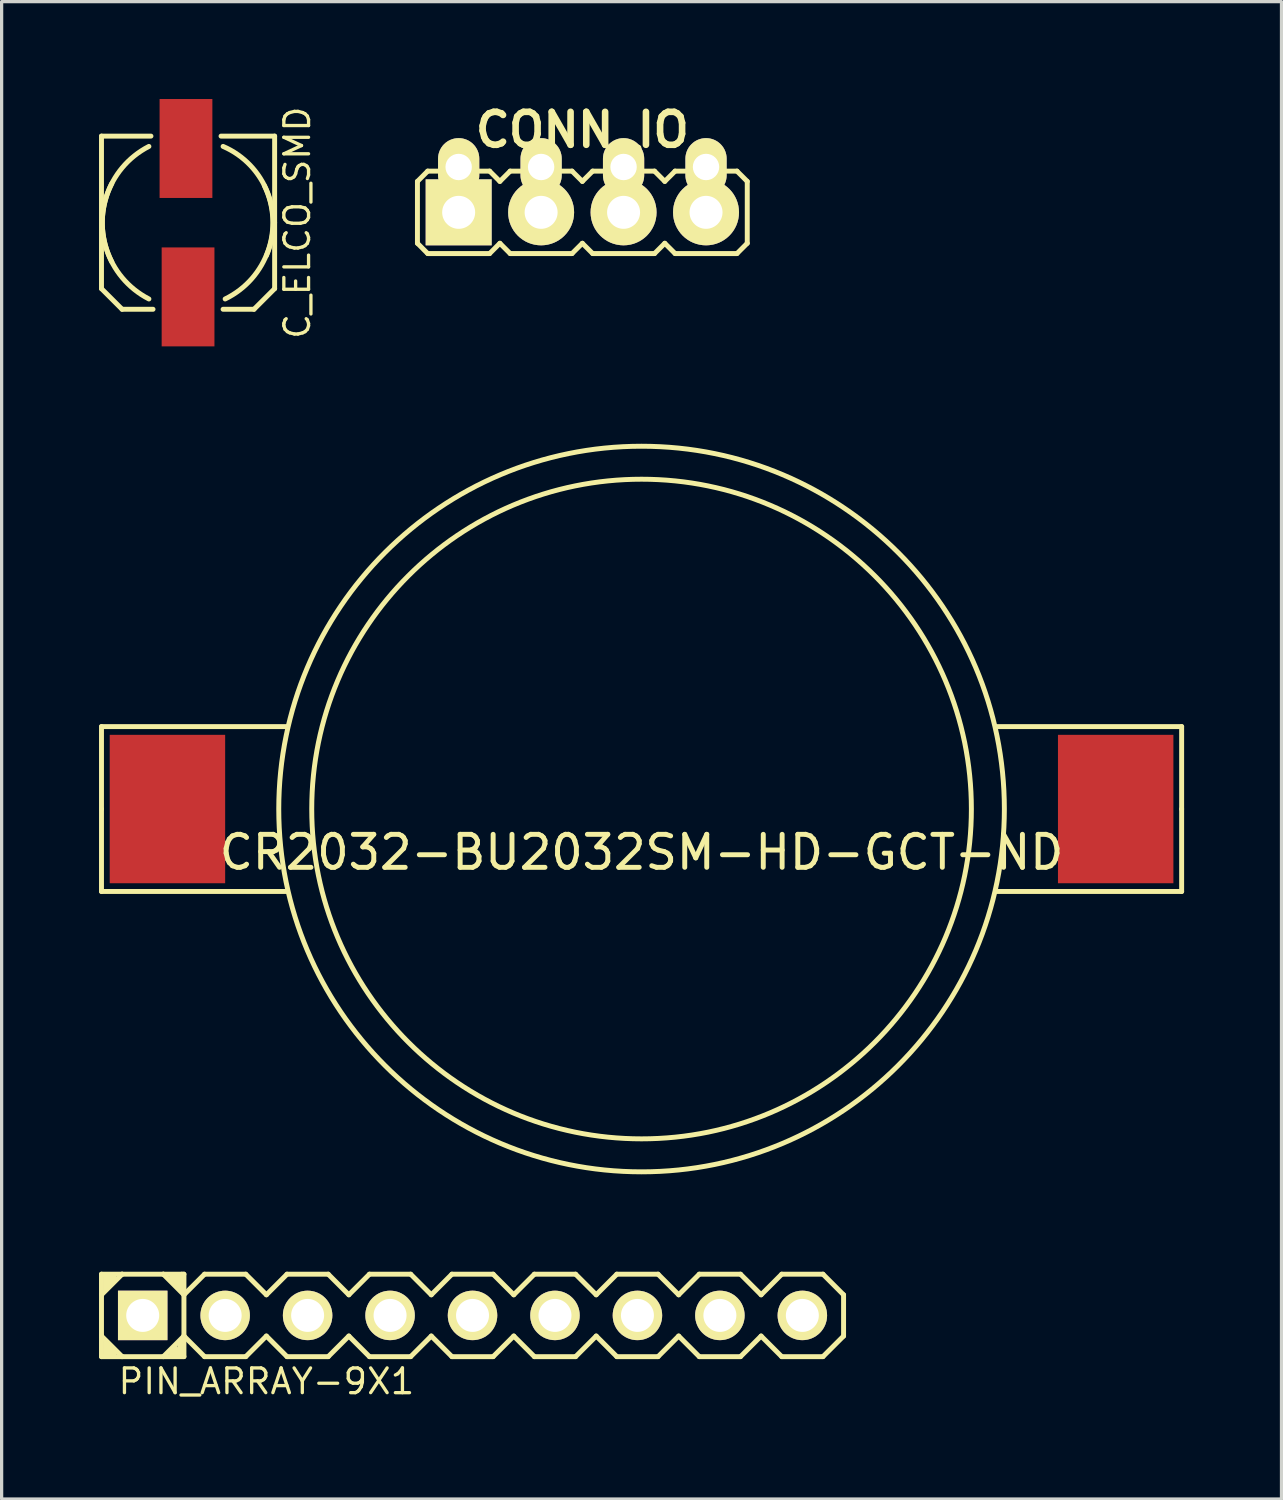
<source format=kicad_pcb>
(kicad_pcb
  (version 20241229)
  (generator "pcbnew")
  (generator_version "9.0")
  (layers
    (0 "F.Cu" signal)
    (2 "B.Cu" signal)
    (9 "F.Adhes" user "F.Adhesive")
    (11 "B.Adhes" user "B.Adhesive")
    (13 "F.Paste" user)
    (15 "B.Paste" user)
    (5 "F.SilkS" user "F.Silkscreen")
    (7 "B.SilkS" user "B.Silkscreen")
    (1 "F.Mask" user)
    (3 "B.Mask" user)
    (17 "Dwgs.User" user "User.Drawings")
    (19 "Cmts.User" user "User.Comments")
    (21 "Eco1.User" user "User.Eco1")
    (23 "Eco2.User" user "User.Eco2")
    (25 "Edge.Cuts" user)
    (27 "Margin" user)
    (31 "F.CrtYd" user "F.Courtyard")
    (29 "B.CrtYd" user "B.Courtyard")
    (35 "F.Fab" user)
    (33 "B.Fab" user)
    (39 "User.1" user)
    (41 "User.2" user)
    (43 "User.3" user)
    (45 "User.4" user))
  (footprint "CR2032-BU2032SM-HD-GCT-ND"
    (layer "F.Cu")
    (at 16.713 21.872)
    (property "Reference" "CR2032-BU2032SM-HD-GCT-ND" (at 0 1.333 0) (layer "F.SilkS") (effects (font (size 1.016 1.016) (thickness 0.152))))
    (attr smd)
    (fp_line (start -16.637 -2.54) (end -10.922 -2.54) (stroke (width 0.152) (type solid)) (layer "F.SilkS"))
    (fp_line (start -16.637 0) (end -16.637 -2.54) (stroke (width 0.152) (type solid)) (layer "F.SilkS"))
    (fp_line (start -16.637 0) (end -16.637 2.54) (stroke (width 0.152) (type solid)) (layer "F.SilkS"))
    (fp_line (start -16.637 2.54) (end -10.922 2.54) (stroke (width 0.152) (type solid)) (layer "F.SilkS"))
    (fp_line (start 16.637 -2.54) (end 10.922 -2.54) (stroke (width 0.152) (type solid)) (layer "F.SilkS"))
    (fp_line (start 16.637 0) (end 16.637 -2.54) (stroke (width 0.152) (type solid)) (layer "F.SilkS"))
    (fp_line (start 16.637 0) (end 16.637 2.54) (stroke (width 0.152) (type solid)) (layer "F.SilkS"))
    (fp_line (start 16.637 2.54) (end 10.922 2.54) (stroke (width 0.152) (type solid)) (layer "F.SilkS"))
    (fp_circle (center 0 0) (end -11.176 0) (stroke (width 0.152) (type solid)) (fill no) (layer "F.SilkS"))
    (fp_circle (center 0 0) (end -10.16 0) (stroke (width 0.152) (type solid)) (fill no) (layer "F.SilkS"))
    (pad "+" smd rect (at -14.605 0) (size 3.556 4.572) (layers "F.Cu" "F.Mask" "F.Paste"))
    (pad "-" smd rect (at 14.605 0) (size 3.556 4.572) (layers "F.Cu" "F.Mask" "F.Paste")))
  (footprint "CONN_IO"
    (layer "F.Cu")
    (at 14.889 3.491)
    (property "Reference" "CONN_IO" (at 0 -2.54 0) (layer "F.SilkS") (effects (font (size 1.016 1.016) (thickness 0.203))))
    (attr through_hole)
    (fp_line (start -5.08 -0.953) (end -5.08 0.953) (stroke (width 0.152) (type solid)) (layer "F.SilkS"))
    (fp_line (start -5.08 0.953) (end -4.763 1.27) (stroke (width 0.152) (type solid)) (layer "F.SilkS"))
    (fp_line (start -4.763 -1.27) (end -5.08 -0.953) (stroke (width 0.152) (type solid)) (layer "F.SilkS"))
    (fp_line (start -4.763 -1.27) (end -4.445 -1.27) (stroke (width 0.152) (type solid)) (layer "F.SilkS"))
    (fp_line (start -2.857 -1.27) (end -3.175 -1.27) (stroke (width 0.152) (type solid)) (layer "F.SilkS"))
    (fp_line (start -2.857 1.27) (end -4.763 1.27) (stroke (width 0.152) (type solid)) (layer "F.SilkS"))
    (fp_line (start -2.857 1.27) (end -2.54 0.953) (stroke (width 0.152) (type solid)) (layer "F.SilkS"))
    (fp_line (start -2.54 -0.953) (end -2.857 -1.27) (stroke (width 0.152) (type solid)) (layer "F.SilkS"))
    (fp_line (start -2.54 0.953) (end -2.223 1.27) (stroke (width 0.152) (type solid)) (layer "F.SilkS"))
    (fp_line (start -2.223 -1.27) (end -2.54 -0.953) (stroke (width 0.152) (type solid)) (layer "F.SilkS"))
    (fp_line (start -2.223 -1.27) (end -1.905 -1.27) (stroke (width 0.152) (type solid)) (layer "F.SilkS"))
    (fp_line (start -0.318 -1.27) (end -0.635 -1.27) (stroke (width 0.152) (type solid)) (layer "F.SilkS"))
    (fp_line (start -0.318 1.27) (end -2.223 1.27) (stroke (width 0.152) (type solid)) (layer "F.SilkS"))
    (fp_line (start -0.318 1.27) (end 0 0.953) (stroke (width 0.152) (type solid)) (layer "F.SilkS"))
    (fp_line (start 0 -0.953) (end -0.318 -1.27) (stroke (width 0.152) (type solid)) (layer "F.SilkS"))
    (fp_line (start 0 0.953) (end 0.318 1.27) (stroke (width 0.152) (type solid)) (layer "F.SilkS"))
    (fp_line (start 0.318 -1.27) (end 0 -0.953) (stroke (width 0.152) (type solid)) (layer "F.SilkS"))
    (fp_line (start 0.318 -1.27) (end 0.635 -1.27) (stroke (width 0.152) (type solid)) (layer "F.SilkS"))
    (fp_line (start 2.223 -1.27) (end 1.905 -1.27) (stroke (width 0.152) (type solid)) (layer "F.SilkS"))
    (fp_line (start 2.223 1.27) (end 0.318 1.27) (stroke (width 0.152) (type solid)) (layer "F.SilkS"))
    (fp_line (start 2.223 1.27) (end 2.54 0.953) (stroke (width 0.152) (type solid)) (layer "F.SilkS"))
    (fp_line (start 2.54 -0.953) (end 2.223 -1.27) (stroke (width 0.152) (type solid)) (layer "F.SilkS"))
    (fp_line (start 2.54 0.953) (end 2.857 1.27) (stroke (width 0.152) (type solid)) (layer "F.SilkS"))
    (fp_line (start 2.857 -1.27) (end 2.54 -0.953) (stroke (width 0.152) (type solid)) (layer "F.SilkS"))
    (fp_line (start 2.857 -1.27) (end 3.175 -1.27) (stroke (width 0.152) (type solid)) (layer "F.SilkS"))
    (fp_line (start 4.763 -1.27) (end 4.445 -1.27) (stroke (width 0.152) (type solid)) (layer "F.SilkS"))
    (fp_line (start 4.763 1.27) (end 2.857 1.27) (stroke (width 0.152) (type solid)) (layer "F.SilkS"))
    (fp_line (start 4.763 1.27) (end 5.08 0.953) (stroke (width 0.152) (type solid)) (layer "F.SilkS"))
    (fp_line (start 5.08 -0.953) (end 4.763 -1.27) (stroke (width 0.152) (type solid)) (layer "F.SilkS"))
    (fp_line (start 5.08 -0.953) (end 5.08 0.953) (stroke (width 0.152) (type solid)) (layer "F.SilkS"))
    (pad "1" thru_hole oval (at -3.81 -1.397) (size 1.27 1.778) (drill 0.813) (layers "*.Cu" "*.Mask" "F.SilkS"))
    (pad "1" thru_hole rect (at -3.81 0) (size 2.032 2.032) (drill 1.016) (layers "*.Cu" "*.Mask" "F.SilkS"))
    (pad "2" thru_hole oval (at -1.27 -1.397) (size 1.27 1.778) (drill 0.813) (layers "*.Cu" "*.Mask" "F.SilkS"))
    (pad "2" thru_hole circle (at -1.27 0) (size 2.032 2.032) (drill 1.016) (layers "*.Cu" "*.Mask" "F.SilkS"))
    (pad "3" thru_hole oval (at 1.27 -1.397) (size 1.27 1.778) (drill 0.813) (layers "*.Cu" "*.Mask" "F.SilkS"))
    (pad "3" thru_hole circle (at 1.27 0) (size 2.032 2.032) (drill 1.016) (layers "*.Cu" "*.Mask" "F.SilkS"))
    (pad "4" thru_hole oval (at 3.81 -1.397) (size 1.27 1.778) (drill 0.813) (layers "*.Cu" "*.Mask" "F.SilkS"))
    (pad "4" thru_hole circle (at 3.81 0) (size 2.032 2.032) (drill 1.016) (layers "*.Cu" "*.Mask" "F.SilkS")))
  (footprint "C_ELCO_SMD"
    (layer "F.Cu")
    (at 2.743 3.81)
    (property "Reference" "C_ELCO_SMD" (at 3.365 0 90) (layer "F.SilkS") (effects (font (size 0.762 0.762) (thickness 0.102))))
    (attr smd)
    (fp_line (start -2.667 -2.667) (end -1.143 -2.667) (stroke (width 0.152) (type solid)) (layer "F.SilkS"))
    (fp_line (start -2.667 2.032) (end -2.667 -2.667) (stroke (width 0.152) (type solid)) (layer "F.SilkS"))
    (fp_line (start -2.032 2.667) (end -2.667 2.032) (stroke (width 0.152) (type solid)) (layer "F.SilkS"))
    (fp_line (start -2.032 2.667) (end -1.079 2.667) (stroke (width 0.152) (type solid)) (layer "F.SilkS"))
    (fp_line (start 2.032 2.667) (end 1.079 2.667) (stroke (width 0.152) (type solid)) (layer "F.SilkS"))
    (fp_line (start 2.032 2.667) (end 2.667 2.032) (stroke (width 0.152) (type solid)) (layer "F.SilkS"))
    (fp_line (start 2.667 -2.667) (end 1.016 -2.667) (stroke (width 0.152) (type solid)) (layer "F.SilkS"))
    (fp_line (start 2.667 -2.667) (end 2.667 0) (stroke (width 0.152) (type solid)) (layer "F.SilkS"))
    (fp_line (start 2.667 2.032) (end 2.667 0) (stroke (width 0.152) (type solid)) (layer "F.SilkS"))
    (fp_arc (start -2.3495 1.2065) (mid -2.514472 -0.808223) (end -1.2065 -2.3495) (stroke (width 0.1524) (type solid)) (layer "F.SilkS"))
    (fp_arc (start -1.2065 2.3495) (mid -2.514472 0.808223) (end -2.3495 -1.2065) (stroke (width 0.1524) (type solid)) (layer "F.SilkS"))
    (fp_arc (start 1.0795 -2.3495) (mid 2.443268 -0.942927) (end 2.413 1.016) (stroke (width 0.1524) (type solid)) (layer "F.SilkS"))
    (fp_arc (start 2.3495 -1.143) (mid 2.46957 0.853124) (end 1.143 2.3495) (stroke (width 0.1524) (type solid)) (layer "F.SilkS"))
    (pad "1" smd rect (at 0 2.286) (size 1.626 3.048) (layers "F.Cu" "F.Mask" "F.Paste"))
    (pad "2" smd rect (at -0.064 -2.286) (size 1.626 3.048) (layers "F.Cu" "F.Mask" "F.Paste")))
  (footprint "PIN_ARRAY-9X1"
    (layer "F.Cu")
    (at 11.506 37.471)
    (property "Reference" "PIN_ARRAY-9X1" (at -6.35 2.032 0) (layer "F.SilkS") (effects (font (size 0.762 0.762) (thickness 0.102))))
    (attr through_hole)
    (fp_line (start -11.43 -1.27) (end -10.795 -1.27) (stroke (width 0.152) (type solid)) (layer "F.SilkS"))
    (fp_line (start -11.43 -0.635) (end -11.43 -1.27) (stroke (width 0.152) (type solid)) (layer "F.SilkS"))
    (fp_line (start -11.43 -0.635) (end -11.43 0.635) (stroke (width 0.152) (type solid)) (layer "F.SilkS"))
    (fp_line (start -11.43 0.635) (end -11.43 1.27) (stroke (width 0.152) (type solid)) (layer "F.SilkS"))
    (fp_line (start -11.43 0.635) (end -10.795 1.27) (stroke (width 0.152) (type solid)) (layer "F.SilkS"))
    (fp_line (start -11.43 1.27) (end -10.795 1.27) (stroke (width 0.152) (type solid)) (layer "F.SilkS"))
    (fp_line (start -11.303 -1.206) (end -11.303 -0.826) (stroke (width 0.152) (type solid)) (layer "F.SilkS"))
    (fp_line (start -11.303 1.206) (end -11.303 0.826) (stroke (width 0.152) (type solid)) (layer "F.SilkS"))
    (fp_line (start -11.176 -1.206) (end -11.176 -0.953) (stroke (width 0.152) (type solid)) (layer "F.SilkS"))
    (fp_line (start -11.176 1.206) (end -11.176 0.953) (stroke (width 0.152) (type solid)) (layer "F.SilkS"))
    (fp_line (start -11.049 -1.206) (end -11.049 -1.079) (stroke (width 0.152) (type solid)) (layer "F.SilkS"))
    (fp_line (start -11.049 1.206) (end -11.049 1.079) (stroke (width 0.152) (type solid)) (layer "F.SilkS"))
    (fp_line (start -10.795 -1.27) (end -11.43 -0.635) (stroke (width 0.152) (type solid)) (layer "F.SilkS"))
    (fp_line (start -10.795 1.27) (end -9.525 1.27) (stroke (width 0.152) (type solid)) (layer "F.SilkS"))
    (fp_line (start -9.525 -1.27) (end -10.795 -1.27) (stroke (width 0.152) (type solid)) (layer "F.SilkS"))
    (fp_line (start -9.525 -1.27) (end -8.954 -1.27) (stroke (width 0.152) (type solid)) (layer "F.SilkS"))
    (fp_line (start -9.525 1.27) (end -8.89 0.635) (stroke (width 0.152) (type solid)) (layer "F.SilkS"))
    (fp_line (start -9.271 -1.206) (end -9.271 -1.079) (stroke (width 0.152) (type solid)) (layer "F.SilkS"))
    (fp_line (start -9.271 1.206) (end -9.271 1.079) (stroke (width 0.152) (type solid)) (layer "F.SilkS"))
    (fp_line (start -9.144 -1.206) (end -9.144 -0.953) (stroke (width 0.152) (type solid)) (layer "F.SilkS"))
    (fp_line (start -9.144 1.206) (end -9.144 1.016) (stroke (width 0.152) (type solid)) (layer "F.SilkS"))
    (fp_line (start -9.017 -1.206) (end -9.017 -0.826) (stroke (width 0.152) (type solid)) (layer "F.SilkS"))
    (fp_line (start -9.017 1.206) (end -9.017 0.826) (stroke (width 0.152) (type solid)) (layer "F.SilkS"))
    (fp_line (start -8.954 -1.27) (end -8.89 -1.27) (stroke (width 0.152) (type solid)) (layer "F.SilkS"))
    (fp_line (start -8.89 -1.27) (end -8.89 -0.699) (stroke (width 0.152) (type solid)) (layer "F.SilkS"))
    (fp_line (start -8.89 -0.635) (end -9.525 -1.27) (stroke (width 0.152) (type solid)) (layer "F.SilkS"))
    (fp_line (start -8.89 -0.635) (end -8.89 0.635) (stroke (width 0.152) (type solid)) (layer "F.SilkS"))
    (fp_line (start -8.89 0.635) (end -8.89 1.27) (stroke (width 0.152) (type solid)) (layer "F.SilkS"))
    (fp_line (start -8.89 0.635) (end -8.255 1.27) (stroke (width 0.152) (type solid)) (layer "F.SilkS"))
    (fp_line (start -8.89 1.27) (end -9.525 1.27) (stroke (width 0.152) (type solid)) (layer "F.SilkS"))
    (fp_line (start -8.255 -1.27) (end -8.89 -0.635) (stroke (width 0.152) (type solid)) (layer "F.SilkS"))
    (fp_line (start -8.255 1.27) (end -6.985 1.27) (stroke (width 0.152) (type solid)) (layer "F.SilkS"))
    (fp_line (start -6.985 -1.27) (end -8.255 -1.27) (stroke (width 0.152) (type solid)) (layer "F.SilkS"))
    (fp_line (start -6.985 1.27) (end -6.35 0.635) (stroke (width 0.152) (type solid)) (layer "F.SilkS"))
    (fp_line (start -6.35 -0.635) (end -6.985 -1.27) (stroke (width 0.152) (type solid)) (layer "F.SilkS"))
    (fp_line (start -6.35 0.635) (end -5.715 1.27) (stroke (width 0.152) (type solid)) (layer "F.SilkS"))
    (fp_line (start -5.715 -1.27) (end -6.35 -0.635) (stroke (width 0.152) (type solid)) (layer "F.SilkS"))
    (fp_line (start -5.715 1.27) (end -4.445 1.27) (stroke (width 0.152) (type solid)) (layer "F.SilkS"))
    (fp_line (start -4.445 -1.27) (end -5.715 -1.27) (stroke (width 0.152) (type solid)) (layer "F.SilkS"))
    (fp_line (start -4.445 1.27) (end -3.81 0.635) (stroke (width 0.152) (type solid)) (layer "F.SilkS"))
    (fp_line (start -3.81 -0.635) (end -4.445 -1.27) (stroke (width 0.152) (type solid)) (layer "F.SilkS"))
    (fp_line (start -3.81 0.635) (end -3.175 1.27) (stroke (width 0.152) (type solid)) (layer "F.SilkS"))
    (fp_line (start -3.175 -1.27) (end -3.81 -0.635) (stroke (width 0.152) (type solid)) (layer "F.SilkS"))
    (fp_line (start -3.175 1.27) (end -1.905 1.27) (stroke (width 0.152) (type solid)) (layer "F.SilkS"))
    (fp_line (start -1.905 -1.27) (end -3.175 -1.27) (stroke (width 0.152) (type solid)) (layer "F.SilkS"))
    (fp_line (start -1.905 1.27) (end -1.27 0.635) (stroke (width 0.152) (type solid)) (layer "F.SilkS"))
    (fp_line (start -1.27 -0.635) (end -1.905 -1.27) (stroke (width 0.152) (type solid)) (layer "F.SilkS"))
    (fp_line (start -1.27 0.635) (end -0.635 1.27) (stroke (width 0.152) (type solid)) (layer "F.SilkS"))
    (fp_line (start -0.635 -1.27) (end -1.27 -0.635) (stroke (width 0.152) (type solid)) (layer "F.SilkS"))
    (fp_line (start -0.635 1.27) (end 0.635 1.27) (stroke (width 0.152) (type solid)) (layer "F.SilkS"))
    (fp_line (start 0.635 -1.27) (end -0.635 -1.27) (stroke (width 0.152) (type solid)) (layer "F.SilkS"))
    (fp_line (start 0.635 1.27) (end 1.27 0.635) (stroke (width 0.152) (type solid)) (layer "F.SilkS"))
    (fp_line (start 1.27 -0.635) (end 0.635 -1.27) (stroke (width 0.152) (type solid)) (layer "F.SilkS"))
    (fp_line (start 1.27 0.635) (end 1.905 1.27) (stroke (width 0.152) (type solid)) (layer "F.SilkS"))
    (fp_line (start 1.905 -1.27) (end 1.27 -0.635) (stroke (width 0.152) (type solid)) (layer "F.SilkS"))
    (fp_line (start 1.905 1.27) (end 3.175 1.27) (stroke (width 0.152) (type solid)) (layer "F.SilkS"))
    (fp_line (start 3.175 -1.27) (end 1.905 -1.27) (stroke (width 0.152) (type solid)) (layer "F.SilkS"))
    (fp_line (start 3.175 1.27) (end 3.81 0.635) (stroke (width 0.152) (type solid)) (layer "F.SilkS"))
    (fp_line (start 3.81 -0.635) (end 3.175 -1.27) (stroke (width 0.152) (type solid)) (layer "F.SilkS"))
    (fp_line (start 3.81 0.635) (end 4.445 1.27) (stroke (width 0.152) (type solid)) (layer "F.SilkS"))
    (fp_line (start 4.445 -1.27) (end 3.81 -0.635) (stroke (width 0.152) (type solid)) (layer "F.SilkS"))
    (fp_line (start 4.445 1.27) (end 5.715 1.27) (stroke (width 0.152) (type solid)) (layer "F.SilkS"))
    (fp_line (start 5.715 -1.27) (end 4.445 -1.27) (stroke (width 0.152) (type solid)) (layer "F.SilkS"))
    (fp_line (start 5.715 1.27) (end 6.35 0.635) (stroke (width 0.152) (type solid)) (layer "F.SilkS"))
    (fp_line (start 6.35 -0.635) (end 5.715 -1.27) (stroke (width 0.152) (type solid)) (layer "F.SilkS"))
    (fp_line (start 6.35 0.635) (end 6.985 1.27) (stroke (width 0.152) (type solid)) (layer "F.SilkS"))
    (fp_line (start 6.985 -1.27) (end 6.35 -0.635) (stroke (width 0.152) (type solid)) (layer "F.SilkS"))
    (fp_line (start 6.985 1.27) (end 8.255 1.27) (stroke (width 0.152) (type solid)) (layer "F.SilkS"))
    (fp_line (start 8.255 -1.27) (end 6.985 -1.27) (stroke (width 0.152) (type solid)) (layer "F.SilkS"))
    (fp_line (start 8.255 1.27) (end 8.89 0.635) (stroke (width 0.152) (type solid)) (layer "F.SilkS"))
    (fp_line (start 8.89 -0.635) (end 8.255 -1.27) (stroke (width 0.152) (type solid)) (layer "F.SilkS"))
    (fp_line (start 8.89 0.635) (end 9.525 1.27) (stroke (width 0.152) (type solid)) (layer "F.SilkS"))
    (fp_line (start 9.525 -1.27) (end 8.89 -0.635) (stroke (width 0.152) (type solid)) (layer "F.SilkS"))
    (fp_line (start 9.525 1.27) (end 10.795 1.27) (stroke (width 0.152) (type solid)) (layer "F.SilkS"))
    (fp_line (start 10.795 -1.27) (end 9.525 -1.27) (stroke (width 0.152) (type solid)) (layer "F.SilkS"))
    (fp_line (start 10.795 1.27) (end 11.43 0.635) (stroke (width 0.152) (type solid)) (layer "F.SilkS"))
    (fp_line (start 11.43 -0.635) (end 10.795 -1.27) (stroke (width 0.152) (type solid)) (layer "F.SilkS"))
    (fp_line (start 11.43 0.635) (end 11.43 -0.635) (stroke (width 0.152) (type solid)) (layer "F.SilkS"))
    (pad "1" thru_hole rect (at -10.16 0) (size 1.524 1.524) (drill 1.016) (layers "*.Cu" "*.Mask" "F.SilkS"))
    (pad "2" thru_hole circle (at -7.62 0) (size 1.524 1.524) (drill 1.016) (layers "*.Cu" "*.Mask" "F.SilkS"))
    (pad "3" thru_hole circle (at -5.08 0) (size 1.524 1.524) (drill 1.016) (layers "*.Cu" "*.Mask" "F.SilkS"))
    (pad "4" thru_hole circle (at -2.54 0) (size 1.524 1.524) (drill 1.016) (layers "*.Cu" "*.Mask" "F.SilkS"))
    (pad "5" thru_hole circle (at 0 0) (size 1.524 1.524) (drill 1.016) (layers "*.Cu" "*.Mask" "F.SilkS"))
    (pad "6" thru_hole circle (at 2.54 0) (size 1.524 1.524) (drill 1.016) (layers "*.Cu" "*.Mask" "F.SilkS"))
    (pad "7" thru_hole circle (at 5.08 0) (size 1.524 1.524) (drill 1.016) (layers "*.Cu" "*.Mask" "F.SilkS"))
    (pad "8" thru_hole circle (at 7.62 0) (size 1.524 1.524) (drill 1.016) (layers "*.Cu" "*.Mask" "F.SilkS"))
    (pad "9" thru_hole circle (at 10.16 0) (size 1.524 1.524) (drill 1.016) (layers "*.Cu" "*.Mask" "F.SilkS")))
  (gr_rect
    (start -3 -3)
    (end 36.426 43.127)
    (stroke (width 0.1) (type default))
    (fill no)
    (layer "Edge.Cuts")))
</source>
